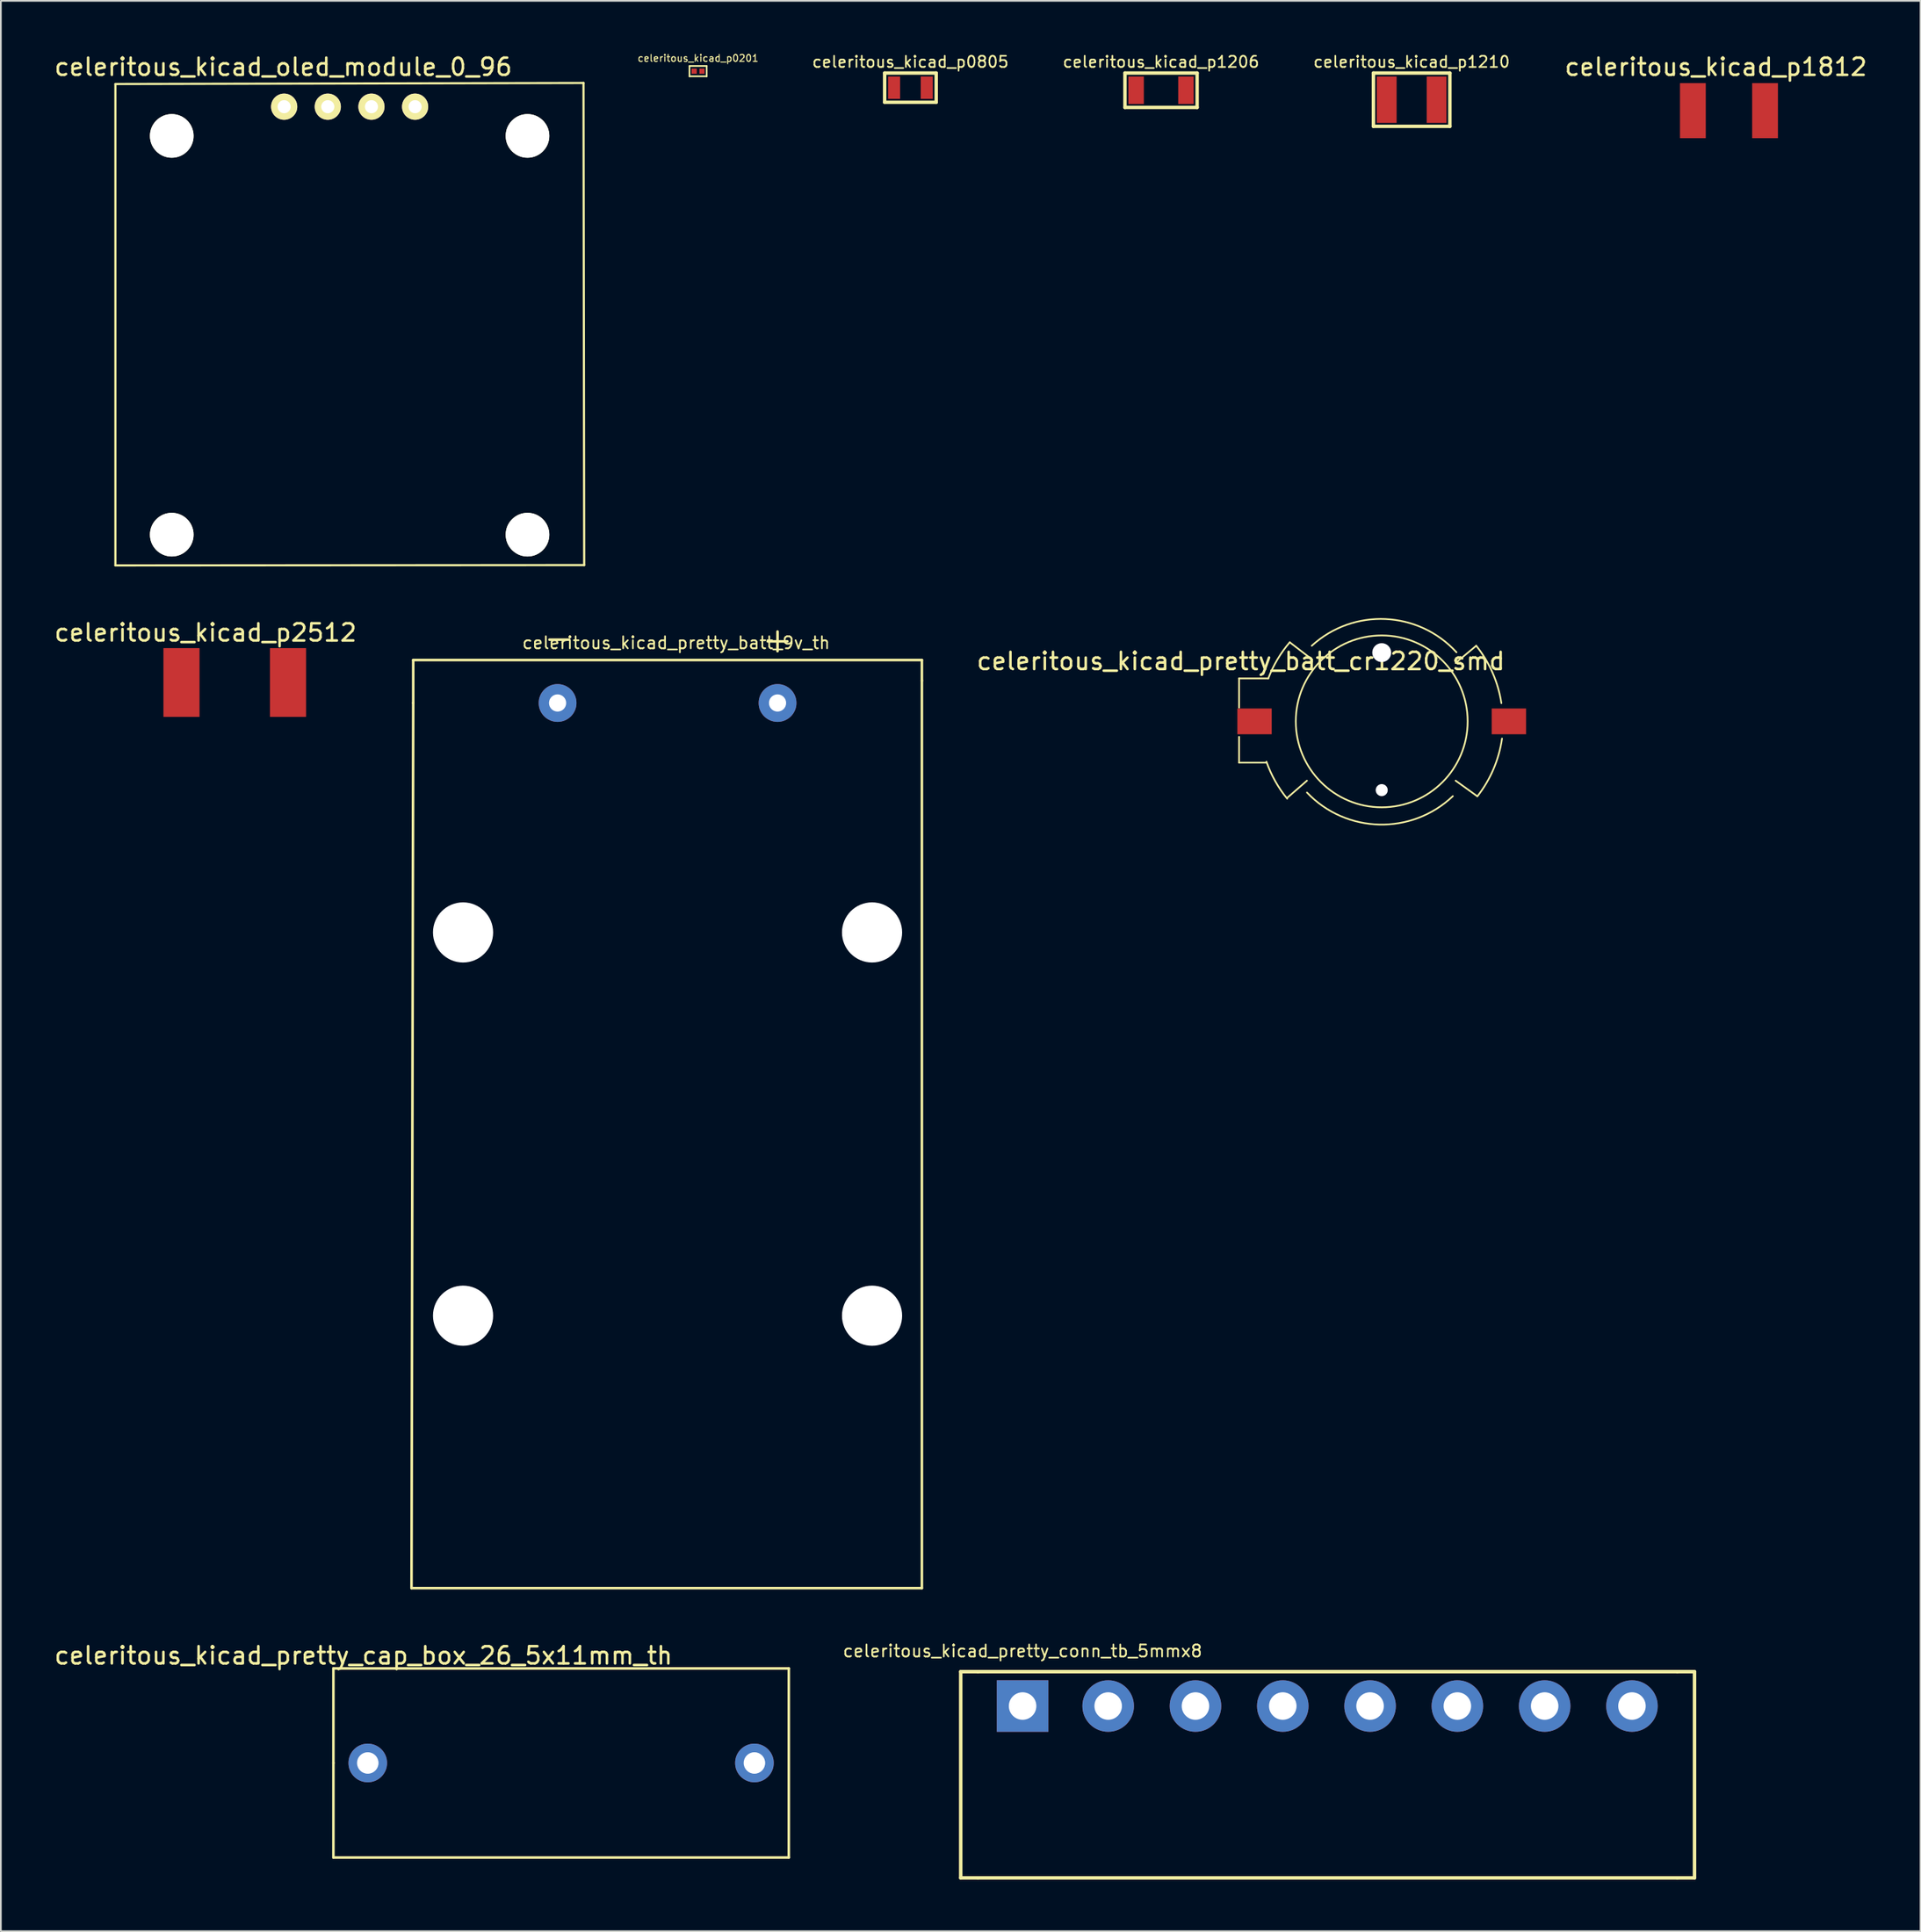
<source format=kicad_pcb>
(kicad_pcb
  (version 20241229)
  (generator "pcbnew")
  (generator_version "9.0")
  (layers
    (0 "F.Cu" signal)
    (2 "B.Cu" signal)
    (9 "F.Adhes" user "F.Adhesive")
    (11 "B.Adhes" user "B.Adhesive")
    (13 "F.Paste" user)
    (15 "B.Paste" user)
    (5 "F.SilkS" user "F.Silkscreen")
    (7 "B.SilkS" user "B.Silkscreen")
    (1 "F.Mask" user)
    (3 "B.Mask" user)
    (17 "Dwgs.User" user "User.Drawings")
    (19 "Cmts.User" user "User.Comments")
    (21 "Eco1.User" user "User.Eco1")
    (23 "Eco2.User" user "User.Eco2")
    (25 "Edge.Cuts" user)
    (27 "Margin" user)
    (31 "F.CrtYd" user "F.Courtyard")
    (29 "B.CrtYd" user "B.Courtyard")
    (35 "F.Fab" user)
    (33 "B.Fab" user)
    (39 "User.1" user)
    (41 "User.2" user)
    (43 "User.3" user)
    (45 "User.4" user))
  (footprint "celeritous_kicad_pretty_batt_9v_th"
    (layer "F.Cu")
    (at 29.396 37.852)
    (property "Reference" "celeritous_kicad_pretty_batt_9v_th" (at 6.9 -3.5 0) (layer "F.SilkS") (effects (font (size 0.7 0.7) (thickness 0.1))))
    (attr through_hole)
    (fp_line (start -8.5 51.5) (end -8.4 0) (stroke (width 0.15) (type solid)) (layer "F.SilkS"))
    (fp_line (start -8.4 -2.5) (end 21.2 -2.5) (stroke (width 0.15) (type solid)) (layer "F.SilkS"))
    (fp_line (start -8.4 0) (end -8.4 -2.5) (stroke (width 0.15) (type solid)) (layer "F.SilkS"))
    (fp_line (start 21.2 -2.5) (end 21.2 -1.3) (stroke (width 0.15) (type solid)) (layer "F.SilkS"))
    (fp_line (start 21.2 -1.3) (end 21.2 51.5) (stroke (width 0.15) (type solid)) (layer "F.SilkS"))
    (fp_line (start 21.2 51.5) (end -8.5 51.5) (stroke (width 0.15) (type solid)) (layer "F.SilkS"))
    (fp_text user "-" (at 0.1 -3.8 0) (layer "F.SilkS") (effects (font (size 1.5 1.5) (thickness 0.15))))
    (fp_text user "+" (at 12.8 -3.7 0) (layer "F.SilkS") (effects (font (size 1.5 1.5) (thickness 0.15))))
    (pad "" np_thru_hole circle (at -5.5 13.35) (size 3.5 3.5) (drill 3.5) (layers "*.Cu" "*.Mask"))
    (pad "" np_thru_hole circle (at -5.5 35.65) (size 3.5 3.5) (drill 3.5) (layers "*.Cu" "*.Mask"))
    (pad "" np_thru_hole circle (at 18.3 13.35) (size 3.5 3.5) (drill 3.5) (layers "*.Cu" "*.Mask"))
    (pad "" np_thru_hole circle (at 18.3 35.65) (size 3.5 3.5) (drill 3.5) (layers "*.Cu" "*.Mask"))
    (pad "+" thru_hole circle (at 12.8 0) (size 2.2 2.2) (drill 1) (layers "*.Cu" "*.Mask"))
    (pad "-" thru_hole circle (at 0 0) (size 2.2 2.2) (drill 1) (layers "*.Cu" "*.Mask")))
  (footprint "celeritous_kicad_p1206"
    (layer "F.Cu")
    (at 64.512 2.201)
    (property "Reference" "celeritous_kicad_p1206" (at 0 -1.65 0) (layer "F.SilkS") (effects (font (size 0.65 0.65) (thickness 0.098))))
    (attr smd)
    (fp_line (start -2.1 -1) (end 2.1 -1) (stroke (width 0.2) (type solid)) (layer "F.SilkS"))
    (fp_line (start -2.1 1) (end -2.1 -1) (stroke (width 0.2) (type solid)) (layer "F.SilkS"))
    (fp_line (start 2.1 -1) (end 2.1 1) (stroke (width 0.2) (type solid)) (layer "F.SilkS"))
    (fp_line (start 2.1 1) (end -2.1 1) (stroke (width 0.2) (type solid)) (layer "F.SilkS"))
    (pad "1" smd rect (at -1.45 0) (size 0.9 1.6) (layers "F.Cu" "F.Mask" "F.Paste"))
    (pad "2" smd rect (at 1.45 0) (size 0.9 1.6) (layers "F.Cu" "F.Mask" "F.Paste")))
  (footprint "celeritous_kicad_pretty_batt_cr1220_smd"
    (layer "F.Cu")
    (at 77.354 38.922)
    (property "Reference" "celeritous_kicad_pretty_batt_cr1220_smd" (at -8.2 -3.5 0) (layer "F.SilkS") (effects (font (size 1 1) (thickness 0.15))))
    (attr through_hole)
    (fp_line (start -8.3 -2.5) (end -8.3 -0.8) (stroke (width 0.1) (type solid)) (layer "F.SilkS"))
    (fp_line (start -8.3 0.9) (end -8.3 2.4) (stroke (width 0.1) (type solid)) (layer "F.SilkS"))
    (fp_line (start -8.3 2.4) (end -6.7 2.4) (stroke (width 0.1) (type solid)) (layer "F.SilkS"))
    (fp_line (start -6.6 -2.5) (end -8.3 -2.5) (stroke (width 0.1) (type solid)) (layer "F.SilkS"))
    (fp_line (start -5.5 4.45) (end -4.35 3.45) (stroke (width 0.1) (type solid)) (layer "F.SilkS"))
    (fp_line (start -5.35 -4.6) (end -4.05 -3.6) (stroke (width 0.1) (type solid)) (layer "F.SilkS"))
    (fp_line (start 5.5 -4.4) (end 4.3 -3.4) (stroke (width 0.1) (type solid)) (layer "F.SilkS"))
    (fp_line (start 5.55 4.35) (end 4.3 3.45) (stroke (width 0.1) (type solid)) (layer "F.SilkS"))
    (fp_arc (start -6.6 -2.5) (mid -6.065611 -3.608097) (end -5.346921 -4.606564) (stroke (width 0.1) (type solid)) (layer "F.SilkS"))
    (fp_arc (start -5.5 4.5) (mid -6.197859 3.47657) (end -6.7074 2.347506) (stroke (width 0.1) (type solid)) (layer "F.SilkS"))
    (fp_arc (start -4.07 -4.4) (mid 0.218701 -5.953839) (end 4.35 -4.02) (stroke (width 0.1) (type solid)) (layer "F.SilkS"))
    (fp_arc (start 4.14 4.35) (mid -0.148492 6.003337) (end -4.35 4.14) (stroke (width 0.1) (type solid)) (layer "F.SilkS"))
    (fp_arc (start 5.5 -4.4) (mid 6.451396 -2.826569) (end 6.96314 -1.060512) (stroke (width 0.1) (type solid)) (layer "F.SilkS"))
    (fp_arc (start 7 1) (mid 6.502662 2.777659) (end 5.562178 4.366025) (stroke (width 0.1) (type solid)) (layer "F.SilkS"))
    (fp_circle (center 0 0) (end 5 0) (stroke (width 0.1) (type solid)) (fill no) (layer "F.SilkS"))
    (pad "" np_thru_hole circle (at 0 -4) (size 1.1 1.1) (drill 1.1) (layers "*.Cu" "*.Mask"))
    (pad "" np_thru_hole circle (at 0 4) (size 0.7 0.7) (drill 0.7) (layers "*.Cu" "*.Mask"))
    (pad "+" smd rect (at -7.4 0) (size 2 1.5) (layers "F.Cu" "F.Mask" "F.Paste"))
    (pad "-" smd rect (at 7.4 0) (size 2 1.5) (layers "F.Cu" "F.Mask" "F.Paste")))
  (footprint "celeritous_kicad_p0201"
    (layer "F.Cu")
    (at 37.572 1.089)
    (property "Reference" "celeritous_kicad_p0201" (at 0 -0.75 0) (layer "F.SilkS") (effects (font (size 0.4 0.4) (thickness 0.06))))
    (attr smd)
    (fp_line (start -0.5 -0.3) (end 0.5 -0.3) (stroke (width 0.1) (type solid)) (layer "F.SilkS"))
    (fp_line (start -0.5 0.3) (end -0.5 -0.3) (stroke (width 0.1) (type solid)) (layer "F.SilkS"))
    (fp_line (start 0.5 -0.3) (end 0.5 0.3) (stroke (width 0.1) (type solid)) (layer "F.SilkS"))
    (fp_line (start 0.5 0.3) (end -0.5 0.3) (stroke (width 0.1) (type solid)) (layer "F.SilkS"))
    (pad "1" smd rect (at -0.225 0) (size 0.3 0.3) (layers "F.Cu" "F.Mask" "F.Paste"))
    (pad "2" smd rect (at 0.225 0) (size 0.3 0.3) (layers "F.Cu" "F.Mask" "F.Paste")))
  (footprint "celeritous_kicad_pretty_conn_tb_5mmx8"
    (layer "F.Cu")
    (at 56.356 96.213)
    (property "Reference" "celeritous_kicad_pretty_conn_tb_5mmx8" (at 0.1 -3.2 0) (layer "F.SilkS") (effects (font (size 0.7 0.7) (thickness 0.1))))
    (attr through_hole)
    (fp_line (start -3.5 -2) (end -3.5 10) (stroke (width 0.203) (type solid)) (layer "F.SilkS"))
    (fp_line (start -3.5 10) (end -2.5 10) (stroke (width 0.203) (type solid)) (layer "F.SilkS"))
    (fp_line (start -2.5 -2) (end -3.5 -2) (stroke (width 0.203) (type solid)) (layer "F.SilkS"))
    (fp_line (start -2.5 10) (end 38.2 10) (stroke (width 0.203) (type solid)) (layer "F.SilkS"))
    (fp_line (start 38.2 -2) (end -2.5 -2) (stroke (width 0.203) (type solid)) (layer "F.SilkS"))
    (fp_line (start 38.2 -2) (end 39.2 -2) (stroke (width 0.203) (type solid)) (layer "F.SilkS"))
    (fp_line (start 39.2 -2) (end 39.2 10) (stroke (width 0.203) (type solid)) (layer "F.SilkS"))
    (fp_line (start 39.2 10) (end 38.2 10) (stroke (width 0.203) (type solid)) (layer "F.SilkS"))
    (pad "1" thru_hole rect (at 0.1 0) (size 3 3) (drill 1.6) (layers "*.Cu" "*.Mask"))
    (pad "2" thru_hole circle (at 5.08 0) (size 3 3) (drill 1.6) (layers "*.Cu" "*.Mask"))
    (pad "3" thru_hole circle (at 10.16 0) (size 3 3) (drill 1.6) (layers "*.Cu" "*.Mask"))
    (pad "4" thru_hole circle (at 15.24 0) (size 3 3) (drill 1.6) (layers "*.Cu" "*.Mask"))
    (pad "5" thru_hole circle (at 20.32 0) (size 3 3) (drill 1.6) (layers "*.Cu" "*.Mask"))
    (pad "6" thru_hole circle (at 25.4 0) (size 3 3) (drill 1.6) (layers "*.Cu" "*.Mask"))
    (pad "7" thru_hole circle (at 30.48 0) (size 3 3) (drill 1.6) (layers "*.Cu" "*.Mask"))
    (pad "8" thru_hole circle (at 35.56 0) (size 3 3) (drill 1.6) (layers "*.Cu" "*.Mask")))
  (footprint "celeritous_kicad_p1812"
    (layer "F.Cu")
    (at 97.561 3.388)
    (property "Reference" "celeritous_kicad_p1812" (at -0.762 -2.54 0) (layer "F.SilkS") (effects (font (size 1 1) (thickness 0.15))))
    (attr through_hole)
    (pad "1" smd rect (at -2.1 0) (size 1.5 3.2) (layers "F.Cu" "F.Mask" "F.Paste"))
    (pad "2" smd rect (at 2.1 0) (size 1.5 3.2) (layers "F.Cu" "F.Mask" "F.Paste")))
  (footprint "celeritous_kicad_p2512"
    (layer "F.Cu")
    (at 10.611 36.66)
    (property "Reference" "celeritous_kicad_p2512" (at -1.7 -2.9 0) (layer "F.SilkS") (effects (font (size 1 1) (thickness 0.15))))
    (attr through_hole)
    (pad "1" smd rect (at -3.1 0) (size 2.1 4) (layers "F.Cu" "F.Mask" "F.Paste"))
    (pad "2" smd rect (at 3.1 0) (size 2.1 4) (layers "F.Cu" "F.Mask" "F.Paste")))
  (footprint "celeritous_kicad_oled_module_0_96"
    (layer "F.Cu")
    (at 17.295 4.858)
    (property "Reference" "celeritous_kicad_oled_module_0_96" (at -3.86 -4.01 0) (layer "F.SilkS") (effects (font (size 1 1) (thickness 0.15))))
    (attr through_hole)
    (fp_line (start -13.63 -3.01) (end -13.63 24.99) (stroke (width 0.127) (type solid)) (layer "F.SilkS"))
    (fp_line (start -13.63 24.99) (end 13.65 24.97) (stroke (width 0.127) (type solid)) (layer "F.SilkS"))
    (fp_line (start 13.61 -3.08) (end -13.63 -3.02) (stroke (width 0.127) (type solid)) (layer "F.SilkS"))
    (fp_line (start 13.65 24.97) (end 13.61 -3.08) (stroke (width 0.127) (type solid)) (layer "F.SilkS"))
    (pad "" np_thru_hole circle (at -10.35 0) (size 2.54 2.54) (drill 2.54) (layers "*.Cu" "*.Mask" "F.SilkS"))
    (pad "" np_thru_hole circle (at -10.35 23.2) (size 2.54 2.54) (drill 2.54) (layers "*.Cu" "*.Mask" "F.SilkS"))
    (pad "" np_thru_hole circle (at 10.35 0) (size 2.54 2.54) (drill 2.54) (layers "*.Cu" "*.Mask" "F.SilkS"))
    (pad "" np_thru_hole circle (at 10.35 23.2) (size 2.54 2.54) (drill 2.54) (layers "*.Cu" "*.Mask" "F.SilkS"))
    (pad "1" thru_hole circle (at -3.81 -1.7) (size 1.524 1.524) (drill 0.762) (layers "*.Cu" "*.Mask" "F.SilkS"))
    (pad "2" thru_hole circle (at -1.27 -1.7) (size 1.524 1.524) (drill 0.762) (layers "*.Cu" "*.Mask" "F.SilkS"))
    (pad "3" thru_hole circle (at 1.27 -1.7) (size 1.524 1.524) (drill 0.762) (layers "*.Cu" "*.Mask" "F.SilkS"))
    (pad "4" thru_hole circle (at 3.81 -1.7) (size 1.524 1.524) (drill 0.762) (layers "*.Cu" "*.Mask" "F.SilkS")))
  (footprint "celeritous_kicad_p1210"
    (layer "F.Cu")
    (at 79.096 2.751)
    (property "Reference" "celeritous_kicad_p1210" (at 0 -2.2 0) (layer "F.SilkS") (effects (font (size 0.65 0.65) (thickness 0.098))))
    (attr smd)
    (fp_line (start -2.225 -1.55) (end 2.225 -1.55) (stroke (width 0.2) (type solid)) (layer "F.SilkS"))
    (fp_line (start -2.225 1.55) (end -2.225 -1.55) (stroke (width 0.2) (type solid)) (layer "F.SilkS"))
    (fp_line (start 2.225 -1.55) (end 2.225 1.55) (stroke (width 0.2) (type solid)) (layer "F.SilkS"))
    (fp_line (start 2.225 1.55) (end -2.225 1.55) (stroke (width 0.2) (type solid)) (layer "F.SilkS"))
    (pad "1" smd rect (at -1.45 0) (size 1.15 2.7) (layers "F.Cu" "F.Mask" "F.Paste"))
    (pad "2" smd rect (at 1.45 0) (size 1.15 2.7) (layers "F.Cu" "F.Mask" "F.Paste")))
  (footprint "celeritous_kicad_pretty_cap_box_26_5x11mm_th"
    (layer "F.Cu")
    (at 29.601 99.526)
    (property "Reference" "celeritous_kicad_pretty_cap_box_26_5x11mm_th" (at -11.5 -6.25 0) (layer "F.SilkS") (effects (font (size 1 1) (thickness 0.15))))
    (attr through_hole)
    (fp_line (start -13.25 -5.5) (end 13.25 -5.5) (stroke (width 0.15) (type solid)) (layer "F.SilkS"))
    (fp_line (start -13.25 0) (end -13.25 -5.5) (stroke (width 0.15) (type solid)) (layer "F.SilkS"))
    (fp_line (start -13.25 5.5) (end -13.25 0) (stroke (width 0.15) (type solid)) (layer "F.SilkS"))
    (fp_line (start 13.25 -5.5) (end 13.25 5.5) (stroke (width 0.15) (type solid)) (layer "F.SilkS"))
    (fp_line (start 13.25 5.5) (end -13.25 5.5) (stroke (width 0.15) (type solid)) (layer "F.SilkS"))
    (pad "1" thru_hole circle (at -11.25 0) (size 2.25 2.25) (drill 1.25) (layers "*.Cu" "*.Mask"))
    (pad "2" thru_hole circle (at 11.25 0) (size 2.25 2.25) (drill 1.25) (layers "*.Cu" "*.Mask")))
  (footprint "celeritous_kicad_p0805"
    (layer "F.Cu")
    (at 49.929 2.051)
    (property "Reference" "celeritous_kicad_p0805" (at 0 -1.5 0) (layer "F.SilkS") (effects (font (size 0.65 0.65) (thickness 0.098))))
    (attr smd)
    (fp_line (start -1.5 -0.85) (end 1.5 -0.85) (stroke (width 0.2) (type solid)) (layer "F.SilkS"))
    (fp_line (start -1.5 0.85) (end -1.5 -0.85) (stroke (width 0.2) (type solid)) (layer "F.SilkS"))
    (fp_line (start 1.5 -0.85) (end 1.5 0.85) (stroke (width 0.2) (type solid)) (layer "F.SilkS"))
    (fp_line (start 1.5 0.85) (end -1.5 0.85) (stroke (width 0.2) (type solid)) (layer "F.SilkS"))
    (pad "1" smd rect (at -0.95 0) (size 0.7 1.3) (layers "F.Cu" "F.Mask" "F.Paste"))
    (pad "2" smd rect (at 0.95 0) (size 0.7 1.3) (layers "F.Cu" "F.Mask" "F.Paste")))
  (gr_rect
    (start -3 -3)
    (end 108.71 109.314)
    (stroke (width 0.1) (type default))
    (fill no)
    (layer "Edge.Cuts")))
</source>
